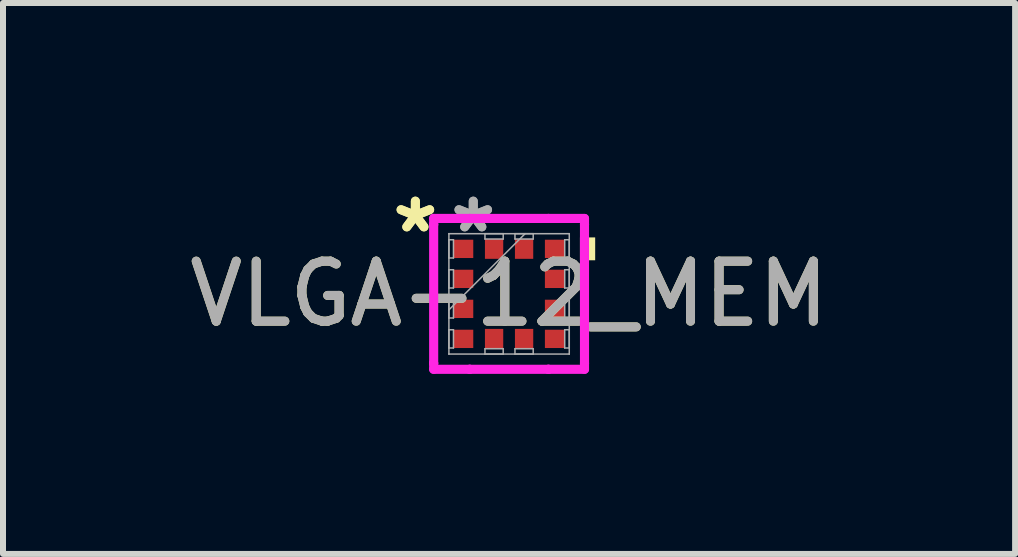
<source format=kicad_pcb>
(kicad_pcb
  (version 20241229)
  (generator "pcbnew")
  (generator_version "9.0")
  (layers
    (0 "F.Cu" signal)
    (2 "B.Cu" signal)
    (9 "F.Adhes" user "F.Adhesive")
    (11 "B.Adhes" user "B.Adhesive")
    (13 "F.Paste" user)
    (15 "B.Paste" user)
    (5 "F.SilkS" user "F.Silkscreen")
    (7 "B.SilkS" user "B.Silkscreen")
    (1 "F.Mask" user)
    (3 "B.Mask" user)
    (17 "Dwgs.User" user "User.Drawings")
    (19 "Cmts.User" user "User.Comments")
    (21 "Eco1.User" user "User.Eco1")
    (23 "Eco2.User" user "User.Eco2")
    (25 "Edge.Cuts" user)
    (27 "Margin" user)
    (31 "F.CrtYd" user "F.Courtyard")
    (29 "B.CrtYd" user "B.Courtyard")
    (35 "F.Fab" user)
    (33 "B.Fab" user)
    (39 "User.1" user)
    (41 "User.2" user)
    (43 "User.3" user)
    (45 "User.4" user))
  (footprint "VLGA-12_MEM"
    (layer "F.Cu")
    (at 5.435 1.848)
    (property "Reference" "VLGA-12_MEM" (at 0 0 0) (unlocked yes) (layer "F.SilkS") (effects (font (size 1 1) (thickness 0.15))))
    (attr smd)
    (fp_poly (pts (xy 1.435 -0.941) (xy 1.435 -0.56) (xy 1.181 -0.56) (xy 1.181 -0.941)) (stroke (width 0) (type solid)) (fill yes) (layer "F.SilkS"))
    (fp_line (start -1.257 -1.257) (end -0.656 -1.257) (stroke (width 0.152) (type solid)) (layer "F.CrtYd"))
    (fp_line (start -1.257 -1.156) (end -1.257 -1.257) (stroke (width 0.152) (type solid)) (layer "F.CrtYd"))
    (fp_line (start -1.257 -1.156) (end -1.257 -1.156) (stroke (width 0.152) (type solid)) (layer "F.CrtYd"))
    (fp_line (start -1.257 1.156) (end -1.257 -1.156) (stroke (width 0.152) (type solid)) (layer "F.CrtYd"))
    (fp_line (start -1.257 1.156) (end -1.257 1.156) (stroke (width 0.152) (type solid)) (layer "F.CrtYd"))
    (fp_line (start -1.257 1.257) (end -1.257 1.156) (stroke (width 0.152) (type solid)) (layer "F.CrtYd"))
    (fp_line (start -0.656 -1.257) (end -0.656 -1.257) (stroke (width 0.152) (type solid)) (layer "F.CrtYd"))
    (fp_line (start -0.656 -1.257) (end 0.656 -1.257) (stroke (width 0.152) (type solid)) (layer "F.CrtYd"))
    (fp_line (start -0.656 1.257) (end -1.257 1.257) (stroke (width 0.152) (type solid)) (layer "F.CrtYd"))
    (fp_line (start -0.656 1.257) (end -0.656 1.257) (stroke (width 0.152) (type solid)) (layer "F.CrtYd"))
    (fp_line (start 0.656 -1.257) (end 0.656 -1.257) (stroke (width 0.152) (type solid)) (layer "F.CrtYd"))
    (fp_line (start 0.656 -1.257) (end 1.257 -1.257) (stroke (width 0.152) (type solid)) (layer "F.CrtYd"))
    (fp_line (start 0.656 1.257) (end -0.656 1.257) (stroke (width 0.152) (type solid)) (layer "F.CrtYd"))
    (fp_line (start 0.656 1.257) (end 0.656 1.257) (stroke (width 0.152) (type solid)) (layer "F.CrtYd"))
    (fp_line (start 1.257 -1.257) (end 1.257 -1.156) (stroke (width 0.152) (type solid)) (layer "F.CrtYd"))
    (fp_line (start 1.257 -1.156) (end 1.257 -1.156) (stroke (width 0.152) (type solid)) (layer "F.CrtYd"))
    (fp_line (start 1.257 -1.156) (end 1.257 1.156) (stroke (width 0.152) (type solid)) (layer "F.CrtYd"))
    (fp_line (start 1.257 1.156) (end 1.257 1.156) (stroke (width 0.152) (type solid)) (layer "F.CrtYd"))
    (fp_line (start 1.257 1.156) (end 1.257 1.257) (stroke (width 0.152) (type solid)) (layer "F.CrtYd"))
    (fp_line (start 1.257 1.257) (end 0.656 1.257) (stroke (width 0.152) (type solid)) (layer "F.CrtYd"))
    (fp_line (start -1.003 -1.003) (end -1.003 -1.003) (stroke (width 0.025) (type solid)) (layer "F.Fab"))
    (fp_line (start -1.003 -1.003) (end -1.003 1.003) (stroke (width 0.025) (type solid)) (layer "F.Fab"))
    (fp_line (start -1.003 -0.902) (end -0.927 -0.902) (stroke (width 0.025) (type solid)) (layer "F.Fab"))
    (fp_line (start -1.003 -0.598) (end -1.003 -0.902) (stroke (width 0.025) (type solid)) (layer "F.Fab"))
    (fp_line (start -1.003 -0.402) (end -0.927 -0.402) (stroke (width 0.025) (type solid)) (layer "F.Fab"))
    (fp_line (start -1.003 -0.098) (end -1.003 -0.402) (stroke (width 0.025) (type solid)) (layer "F.Fab"))
    (fp_line (start -1.003 0.098) (end -0.927 0.098) (stroke (width 0.025) (type solid)) (layer "F.Fab"))
    (fp_line (start -1.003 0.267) (end 0.267 -1.003) (stroke (width 0.025) (type solid)) (layer "F.Fab"))
    (fp_line (start -1.003 0.402) (end -1.003 0.098) (stroke (width 0.025) (type solid)) (layer "F.Fab"))
    (fp_line (start -1.003 0.598) (end -0.927 0.598) (stroke (width 0.025) (type solid)) (layer "F.Fab"))
    (fp_line (start -1.003 0.902) (end -1.003 0.598) (stroke (width 0.025) (type solid)) (layer "F.Fab"))
    (fp_line (start -1.003 1.003) (end -1.003 1.003) (stroke (width 0.025) (type solid)) (layer "F.Fab"))
    (fp_line (start -1.003 1.003) (end 1.003 1.003) (stroke (width 0.025) (type solid)) (layer "F.Fab"))
    (fp_line (start -0.927 -0.902) (end -0.927 -0.598) (stroke (width 0.025) (type solid)) (layer "F.Fab"))
    (fp_line (start -0.927 -0.598) (end -1.003 -0.598) (stroke (width 0.025) (type solid)) (layer "F.Fab"))
    (fp_line (start -0.927 -0.402) (end -0.927 -0.098) (stroke (width 0.025) (type solid)) (layer "F.Fab"))
    (fp_line (start -0.927 -0.098) (end -1.003 -0.098) (stroke (width 0.025) (type solid)) (layer "F.Fab"))
    (fp_line (start -0.927 0.098) (end -0.927 0.402) (stroke (width 0.025) (type solid)) (layer "F.Fab"))
    (fp_line (start -0.927 0.402) (end -1.003 0.402) (stroke (width 0.025) (type solid)) (layer "F.Fab"))
    (fp_line (start -0.927 0.598) (end -0.927 0.902) (stroke (width 0.025) (type solid)) (layer "F.Fab"))
    (fp_line (start -0.927 0.902) (end -1.003 0.902) (stroke (width 0.025) (type solid)) (layer "F.Fab"))
    (fp_line (start -0.402 -1.003) (end -0.098 -1.003) (stroke (width 0.025) (type solid)) (layer "F.Fab"))
    (fp_line (start -0.402 -0.914) (end -0.402 -1.003) (stroke (width 0.025) (type solid)) (layer "F.Fab"))
    (fp_line (start -0.402 0.914) (end -0.098 0.914) (stroke (width 0.025) (type solid)) (layer "F.Fab"))
    (fp_line (start -0.402 1.003) (end -0.402 0.914) (stroke (width 0.025) (type solid)) (layer "F.Fab"))
    (fp_line (start -0.098 -1.003) (end -0.098 -0.914) (stroke (width 0.025) (type solid)) (layer "F.Fab"))
    (fp_line (start -0.098 -0.914) (end -0.402 -0.914) (stroke (width 0.025) (type solid)) (layer "F.Fab"))
    (fp_line (start -0.098 0.914) (end -0.098 1.003) (stroke (width 0.025) (type solid)) (layer "F.Fab"))
    (fp_line (start -0.098 1.003) (end -0.402 1.003) (stroke (width 0.025) (type solid)) (layer "F.Fab"))
    (fp_line (start 0.098 -1.003) (end 0.402 -1.003) (stroke (width 0.025) (type solid)) (layer "F.Fab"))
    (fp_line (start 0.098 -0.914) (end 0.098 -1.003) (stroke (width 0.025) (type solid)) (layer "F.Fab"))
    (fp_line (start 0.098 0.914) (end 0.402 0.914) (stroke (width 0.025) (type solid)) (layer "F.Fab"))
    (fp_line (start 0.098 1.003) (end 0.098 0.914) (stroke (width 0.025) (type solid)) (layer "F.Fab"))
    (fp_line (start 0.402 -1.003) (end 0.402 -0.914) (stroke (width 0.025) (type solid)) (layer "F.Fab"))
    (fp_line (start 0.402 -0.914) (end 0.098 -0.914) (stroke (width 0.025) (type solid)) (layer "F.Fab"))
    (fp_line (start 0.402 0.914) (end 0.402 1.003) (stroke (width 0.025) (type solid)) (layer "F.Fab"))
    (fp_line (start 0.402 1.003) (end 0.098 1.003) (stroke (width 0.025) (type solid)) (layer "F.Fab"))
    (fp_line (start 0.927 -0.902) (end 1.003 -0.902) (stroke (width 0.025) (type solid)) (layer "F.Fab"))
    (fp_line (start 0.927 -0.598) (end 0.927 -0.902) (stroke (width 0.025) (type solid)) (layer "F.Fab"))
    (fp_line (start 0.927 -0.402) (end 1.003 -0.402) (stroke (width 0.025) (type solid)) (layer "F.Fab"))
    (fp_line (start 0.927 -0.098) (end 0.927 -0.402) (stroke (width 0.025) (type solid)) (layer "F.Fab"))
    (fp_line (start 0.927 0.098) (end 1.003 0.098) (stroke (width 0.025) (type solid)) (layer "F.Fab"))
    (fp_line (start 0.927 0.402) (end 0.927 0.098) (stroke (width 0.025) (type solid)) (layer "F.Fab"))
    (fp_line (start 0.927 0.598) (end 1.003 0.598) (stroke (width 0.025) (type solid)) (layer "F.Fab"))
    (fp_line (start 0.927 0.902) (end 0.927 0.598) (stroke (width 0.025) (type solid)) (layer "F.Fab"))
    (fp_line (start 1.003 -1.003) (end -1.003 -1.003) (stroke (width 0.025) (type solid)) (layer "F.Fab"))
    (fp_line (start 1.003 -1.003) (end 1.003 -1.003) (stroke (width 0.025) (type solid)) (layer "F.Fab"))
    (fp_line (start 1.003 -0.902) (end 1.003 -0.598) (stroke (width 0.025) (type solid)) (layer "F.Fab"))
    (fp_line (start 1.003 -0.598) (end 0.927 -0.598) (stroke (width 0.025) (type solid)) (layer "F.Fab"))
    (fp_line (start 1.003 -0.402) (end 1.003 -0.098) (stroke (width 0.025) (type solid)) (layer "F.Fab"))
    (fp_line (start 1.003 -0.098) (end 0.927 -0.098) (stroke (width 0.025) (type solid)) (layer "F.Fab"))
    (fp_line (start 1.003 0.098) (end 1.003 0.402) (stroke (width 0.025) (type solid)) (layer "F.Fab"))
    (fp_line (start 1.003 0.402) (end 0.927 0.402) (stroke (width 0.025) (type solid)) (layer "F.Fab"))
    (fp_line (start 1.003 0.598) (end 1.003 0.902) (stroke (width 0.025) (type solid)) (layer "F.Fab"))
    (fp_line (start 1.003 0.902) (end 0.927 0.902) (stroke (width 0.025) (type solid)) (layer "F.Fab"))
    (fp_line (start 1.003 1.003) (end 1.003 -1.003) (stroke (width 0.025) (type solid)) (layer "F.Fab"))
    (fp_line (start 1.003 1.003) (end 1.003 1.003) (stroke (width 0.025) (type solid)) (layer "F.Fab"))
    (fp_text user "*" (at -1.562 -1 0) (unlocked yes) (layer "F.SilkS") (effects (font (size 1 1) (thickness 0.15))))
    (fp_text user "*" (at -1.562 -1 0) (layer "F.SilkS") (effects (font (size 1 1) (thickness 0.15))))
    (fp_text user "*" (at -0.597 -1 0) (unlocked yes) (layer "F.Fab") (effects (font (size 1 1) (thickness 0.15))))
    (fp_text user "${REFERENCE}" (at 0 0 0) (unlocked yes) (layer "F.Fab") (effects (font (size 1 1) (thickness 0.15))))
    (fp_text user "*" (at -0.597 -1 0) (layer "F.Fab") (effects (font (size 1 1) (thickness 0.15))))
    (pad "1" smd rect (at -0.762 -0.75 90) (size 0.305 0.33) (layers "F.Cu" "F.Mask" "F.Paste"))
    (pad "2" smd rect (at -0.762 -0.25 90) (size 0.305 0.33) (layers "F.Cu" "F.Mask" "F.Paste"))
    (pad "3" smd rect (at -0.762 0.25 90) (size 0.305 0.33) (layers "F.Cu" "F.Mask" "F.Paste"))
    (pad "4" smd rect (at -0.762 0.75 90) (size 0.305 0.33) (layers "F.Cu" "F.Mask" "F.Paste"))
    (pad "5" smd rect (at -0.25 0.749) (size 0.305 0.33) (layers "F.Cu" "F.Mask" "F.Paste"))
    (pad "6" smd rect (at 0.25 0.749) (size 0.305 0.33) (layers "F.Cu" "F.Mask" "F.Paste"))
    (pad "7" smd rect (at 0.762 0.75 90) (size 0.305 0.33) (layers "F.Cu" "F.Mask" "F.Paste"))
    (pad "8" smd rect (at 0.762 0.25 90) (size 0.305 0.33) (layers "F.Cu" "F.Mask" "F.Paste"))
    (pad "9" smd rect (at 0.762 -0.25 90) (size 0.305 0.33) (layers "F.Cu" "F.Mask" "F.Paste"))
    (pad "10" smd rect (at 0.762 -0.75 90) (size 0.305 0.33) (layers "F.Cu" "F.Mask" "F.Paste"))
    (pad "11" smd rect (at 0.25 -0.749) (size 0.305 0.33) (layers "F.Cu" "F.Mask" "F.Paste"))
    (pad "12" smd rect (at -0.25 -0.749) (size 0.305 0.33) (layers "F.Cu" "F.Mask" "F.Paste")))
  (gr_rect
    (start -3 -3)
    (end 13.869 6.182)
    (stroke (width 0.1) (type default))
    (fill no)
    (layer "Edge.Cuts")))
</source>
